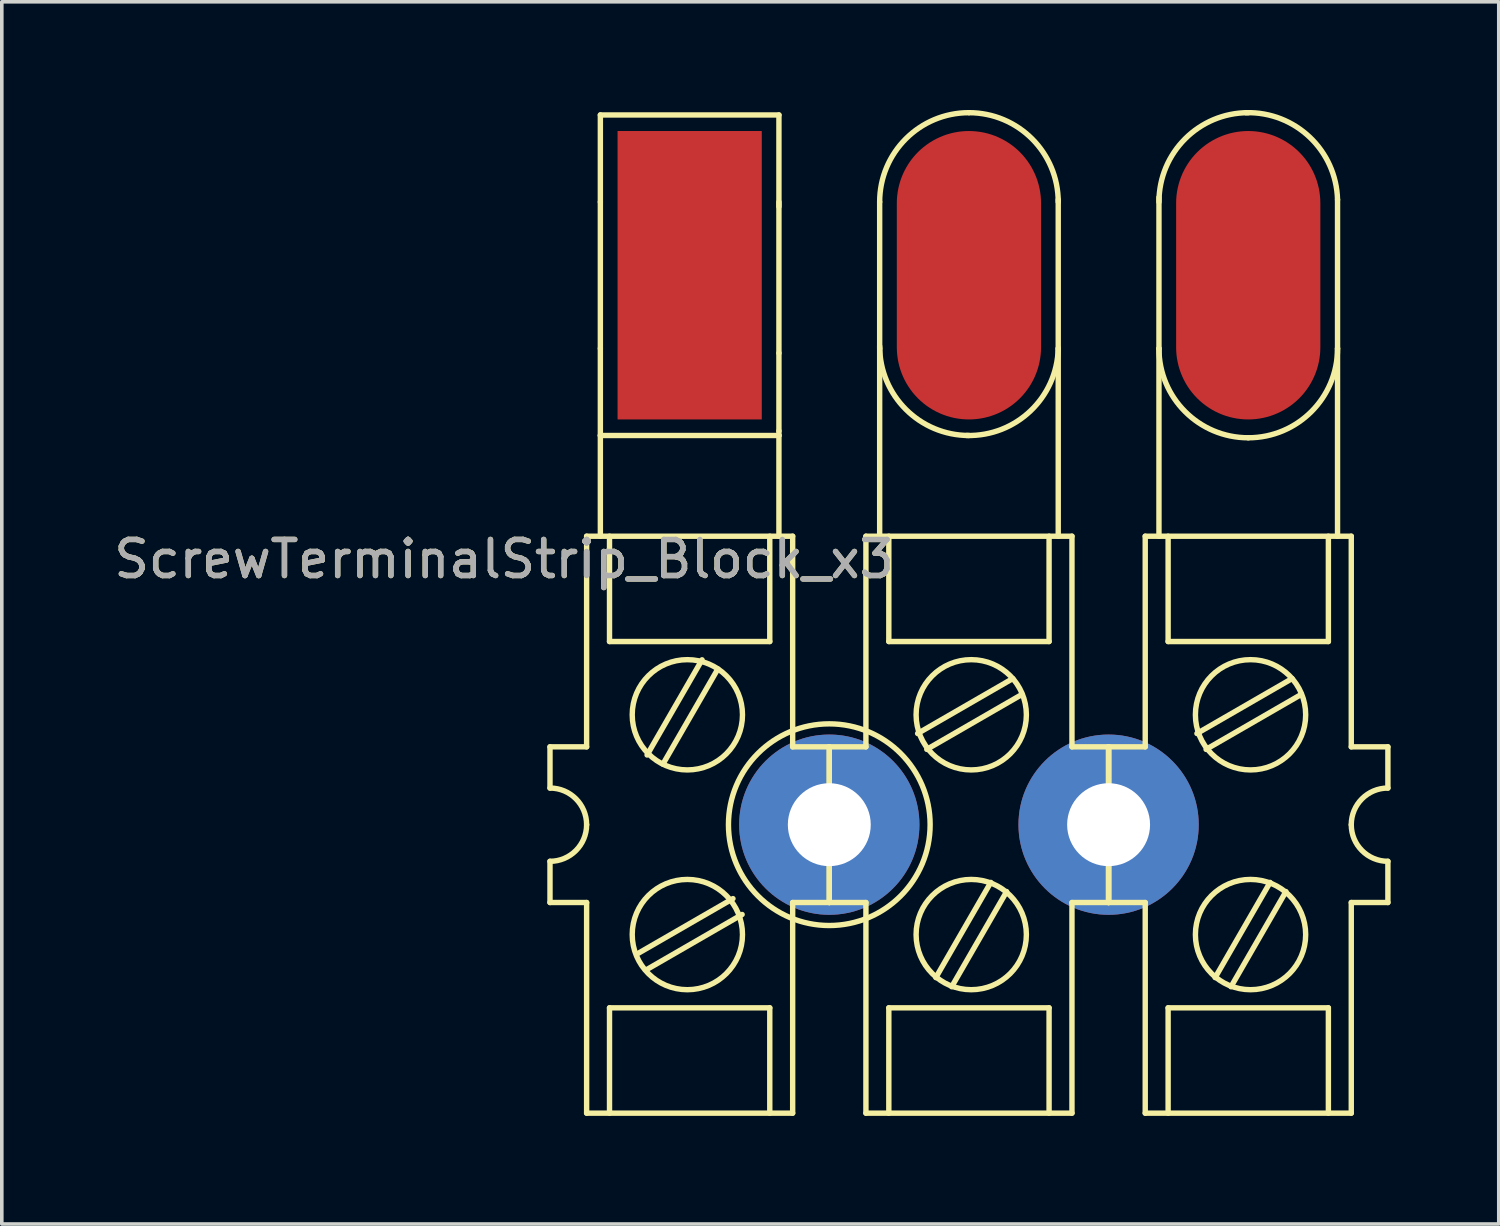
<source format=kicad_pcb>
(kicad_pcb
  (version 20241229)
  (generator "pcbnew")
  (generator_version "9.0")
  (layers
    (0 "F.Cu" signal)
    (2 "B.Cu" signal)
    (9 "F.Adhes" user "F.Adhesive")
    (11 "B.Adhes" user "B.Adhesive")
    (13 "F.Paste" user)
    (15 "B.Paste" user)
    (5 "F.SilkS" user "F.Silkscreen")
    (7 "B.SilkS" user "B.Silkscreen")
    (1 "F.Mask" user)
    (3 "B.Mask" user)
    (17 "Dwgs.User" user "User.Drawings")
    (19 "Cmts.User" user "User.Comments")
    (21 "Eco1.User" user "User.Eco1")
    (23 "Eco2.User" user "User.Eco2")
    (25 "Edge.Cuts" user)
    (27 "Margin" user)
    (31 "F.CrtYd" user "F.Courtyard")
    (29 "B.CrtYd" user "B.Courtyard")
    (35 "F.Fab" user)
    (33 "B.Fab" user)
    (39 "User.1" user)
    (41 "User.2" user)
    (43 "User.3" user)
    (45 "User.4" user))
  (footprint "ScrewTerminalStrip_Block_x3"
    (layer "F.Cu")
    (at 19.952 19.824)
    (property "Reference" "ScrewTerminalStrip_Block_x3" (at -9.017 -7.366 180) (layer "F.SilkS") (effects (font (size 1 1) (thickness 0.15))))
    (attr through_hole)
    (fp_line (start -7.747 -2.159) (end -7.747 -1.016) (stroke (width 0.15) (type solid)) (layer "F.SilkS"))
    (fp_line (start -7.747 1.016) (end -7.747 2.159) (stroke (width 0.15) (type solid)) (layer "F.SilkS"))
    (fp_line (start -6.731 -8.001) (end -1.016 -8.001) (stroke (width 0.15) (type solid)) (layer "F.SilkS"))
    (fp_line (start -6.731 -2.159) (end -7.747 -2.159) (stroke (width 0.15) (type solid)) (layer "F.SilkS"))
    (fp_line (start -6.731 -2.159) (end -6.731 -8.001) (stroke (width 0.15) (type solid)) (layer "F.SilkS"))
    (fp_line (start -6.731 2.159) (end -7.747 2.159) (stroke (width 0.15) (type solid)) (layer "F.SilkS"))
    (fp_line (start -6.731 2.159) (end -6.731 8.001) (stroke (width 0.15) (type solid)) (layer "F.SilkS"))
    (fp_line (start -6.731 8.001) (end -1.016 8.001) (stroke (width 0.15) (type solid)) (layer "F.SilkS"))
    (fp_line (start -6.35 -19.685) (end -6.35 -17.272) (stroke (width 0.15) (type solid)) (layer "F.SilkS"))
    (fp_line (start -6.35 -17.272) (end -6.35 -13.208) (stroke (width 0.15) (type solid)) (layer "F.SilkS"))
    (fp_line (start -6.35 -10.795) (end -6.35 -13.208) (stroke (width 0.15) (type solid)) (layer "F.SilkS"))
    (fp_line (start -6.35 -10.795) (end -6.35 -8.001) (stroke (width 0.15) (type solid)) (layer "F.SilkS"))
    (fp_line (start -6.096 -8.001) (end -6.096 -5.08) (stroke (width 0.15) (type solid)) (layer "F.SilkS"))
    (fp_line (start -6.096 -5.08) (end -1.651 -5.08) (stroke (width 0.15) (type solid)) (layer "F.SilkS"))
    (fp_line (start -6.096 5.08) (end -6.096 8.001) (stroke (width 0.15) (type solid)) (layer "F.SilkS"))
    (fp_line (start -5.312 3.575) (end -2.672 2.051) (stroke (width 0.15) (type solid)) (layer "F.SilkS"))
    (fp_line (start -5.058 4.015) (end -2.418 2.491) (stroke (width 0.15) (type solid)) (layer "F.SilkS"))
    (fp_line (start -5.054 -1.933) (end -3.53 -4.573) (stroke (width 0.15) (type solid)) (layer "F.SilkS"))
    (fp_line (start -4.615 -1.679) (end -3.091 -4.319) (stroke (width 0.15) (type solid)) (layer "F.SilkS"))
    (fp_line (start -1.651 -5.08) (end -1.651 -8.001) (stroke (width 0.15) (type solid)) (layer "F.SilkS"))
    (fp_line (start -1.651 5.08) (end -6.096 5.08) (stroke (width 0.15) (type solid)) (layer "F.SilkS"))
    (fp_line (start -1.651 8.001) (end -1.651 5.08) (stroke (width 0.15) (type solid)) (layer "F.SilkS"))
    (fp_line (start -1.397 -19.685) (end -6.35 -19.685) (stroke (width 0.15) (type solid)) (layer "F.SilkS"))
    (fp_line (start -1.397 -17.272) (end -1.397 -13.081) (stroke (width 0.15) (type solid)) (layer "F.SilkS"))
    (fp_line (start -1.397 -17.145) (end -1.397 -19.685) (stroke (width 0.15) (type solid)) (layer "F.SilkS"))
    (fp_line (start -1.397 -13.081) (end -1.397 -10.922) (stroke (width 0.15) (type solid)) (layer "F.SilkS"))
    (fp_line (start -1.397 -10.922) (end -1.397 -10.795) (stroke (width 0.15) (type solid)) (layer "F.SilkS"))
    (fp_line (start -1.397 -10.795) (end -6.35 -10.795) (stroke (width 0.15) (type solid)) (layer "F.SilkS"))
    (fp_line (start -1.397 -10.795) (end -1.397 -8.001) (stroke (width 0.15) (type solid)) (layer "F.SilkS"))
    (fp_line (start -1.016 -2.159) (end -1.016 -8.001) (stroke (width 0.15) (type solid)) (layer "F.SilkS"))
    (fp_line (start -1.016 -2.159) (end 0 -2.159) (stroke (width 0.15) (type solid)) (layer "F.SilkS"))
    (fp_line (start -1.016 2.159) (end 0 2.159) (stroke (width 0.15) (type solid)) (layer "F.SilkS"))
    (fp_line (start -1.016 8.001) (end -1.016 2.159) (stroke (width 0.15) (type solid)) (layer "F.SilkS"))
    (fp_line (start 0 -2.159) (end 0 -1.016) (stroke (width 0.15) (type solid)) (layer "F.SilkS"))
    (fp_line (start 0 -2.159) (end 0 -1.016) (stroke (width 0.15) (type solid)) (layer "F.SilkS"))
    (fp_line (start 0 1.016) (end 0 2.159) (stroke (width 0.15) (type solid)) (layer "F.SilkS"))
    (fp_line (start 0 1.016) (end 0 2.159) (stroke (width 0.15) (type solid)) (layer "F.SilkS"))
    (fp_line (start 1.016 -8.001) (end 6.731 -8.001) (stroke (width 0.15) (type solid)) (layer "F.SilkS"))
    (fp_line (start 1.016 -2.159) (end 0 -2.159) (stroke (width 0.15) (type solid)) (layer "F.SilkS"))
    (fp_line (start 1.016 -2.159) (end 1.016 -8.001) (stroke (width 0.15) (type solid)) (layer "F.SilkS"))
    (fp_line (start 1.016 2.159) (end 0 2.159) (stroke (width 0.15) (type solid)) (layer "F.SilkS"))
    (fp_line (start 1.016 2.159) (end 1.016 8.001) (stroke (width 0.15) (type solid)) (layer "F.SilkS"))
    (fp_line (start 1.016 8.001) (end 6.731 8.001) (stroke (width 0.15) (type solid)) (layer "F.SilkS"))
    (fp_line (start 1.397 -17.272) (end 1.397 -13.208) (stroke (width 0.15) (type solid)) (layer "F.SilkS"))
    (fp_line (start 1.397 -13.208) (end 1.397 -8.001) (stroke (width 0.15) (type solid)) (layer "F.SilkS"))
    (fp_line (start 1.651 -8.001) (end 1.651 -5.08) (stroke (width 0.15) (type solid)) (layer "F.SilkS"))
    (fp_line (start 1.651 -5.08) (end 6.096 -5.08) (stroke (width 0.15) (type solid)) (layer "F.SilkS"))
    (fp_line (start 1.651 5.08) (end 1.651 8.001) (stroke (width 0.15) (type solid)) (layer "F.SilkS"))
    (fp_line (start 2.45 -2.529) (end 5.09 -4.053) (stroke (width 0.15) (type solid)) (layer "F.SilkS"))
    (fp_line (start 2.704 -2.089) (end 5.344 -3.613) (stroke (width 0.15) (type solid)) (layer "F.SilkS"))
    (fp_line (start 2.955 4.241) (end 4.479 1.601) (stroke (width 0.15) (type solid)) (layer "F.SilkS"))
    (fp_line (start 3.395 4.495) (end 4.919 1.855) (stroke (width 0.15) (type solid)) (layer "F.SilkS"))
    (fp_line (start 6.096 -5.08) (end 6.096 -8.001) (stroke (width 0.15) (type solid)) (layer "F.SilkS"))
    (fp_line (start 6.096 5.08) (end 1.651 5.08) (stroke (width 0.15) (type solid)) (layer "F.SilkS"))
    (fp_line (start 6.096 8.001) (end 6.096 5.08) (stroke (width 0.15) (type solid)) (layer "F.SilkS"))
    (fp_line (start 6.35 -17.335) (end 6.35 -13.208) (stroke (width 0.15) (type solid)) (layer "F.SilkS"))
    (fp_line (start 6.35 -13.208) (end 6.35 -8.001) (stroke (width 0.15) (type solid)) (layer "F.SilkS"))
    (fp_line (start 6.731 -2.159) (end 6.731 -8.001) (stroke (width 0.15) (type solid)) (layer "F.SilkS"))
    (fp_line (start 6.731 -2.159) (end 7.747 -2.159) (stroke (width 0.15) (type solid)) (layer "F.SilkS"))
    (fp_line (start 6.731 2.159) (end 7.747 2.159) (stroke (width 0.15) (type solid)) (layer "F.SilkS"))
    (fp_line (start 6.731 8.001) (end 6.731 2.159) (stroke (width 0.15) (type solid)) (layer "F.SilkS"))
    (fp_line (start 7.747 -2.159) (end 7.747 -1.016) (stroke (width 0.15) (type solid)) (layer "F.SilkS"))
    (fp_line (start 7.747 -2.159) (end 7.747 -1.016) (stroke (width 0.15) (type solid)) (layer "F.SilkS"))
    (fp_line (start 7.747 -2.159) (end 7.747 -1.016) (stroke (width 0.15) (type solid)) (layer "F.SilkS"))
    (fp_line (start 7.747 1.016) (end 7.747 2.159) (stroke (width 0.15) (type solid)) (layer "F.SilkS"))
    (fp_line (start 7.747 1.016) (end 7.747 2.159) (stroke (width 0.15) (type solid)) (layer "F.SilkS"))
    (fp_line (start 7.747 1.016) (end 7.747 2.159) (stroke (width 0.15) (type solid)) (layer "F.SilkS"))
    (fp_line (start 8.763 -8.001) (end 14.478 -8.001) (stroke (width 0.15) (type solid)) (layer "F.SilkS"))
    (fp_line (start 8.763 -2.159) (end 7.747 -2.159) (stroke (width 0.15) (type solid)) (layer "F.SilkS"))
    (fp_line (start 8.763 -2.159) (end 8.763 -8.001) (stroke (width 0.15) (type solid)) (layer "F.SilkS"))
    (fp_line (start 8.763 2.159) (end 7.747 2.159) (stroke (width 0.15) (type solid)) (layer "F.SilkS"))
    (fp_line (start 8.763 2.159) (end 8.763 8.001) (stroke (width 0.15) (type solid)) (layer "F.SilkS"))
    (fp_line (start 8.763 8.001) (end 14.478 8.001) (stroke (width 0.15) (type solid)) (layer "F.SilkS"))
    (fp_line (start 9.144 -17.399) (end 9.144 -13.208) (stroke (width 0.15) (type solid)) (layer "F.SilkS"))
    (fp_line (start 9.144 -13.208) (end 9.144 -8.001) (stroke (width 0.15) (type solid)) (layer "F.SilkS"))
    (fp_line (start 9.398 -8.001) (end 9.398 -5.08) (stroke (width 0.15) (type solid)) (layer "F.SilkS"))
    (fp_line (start 9.398 -5.08) (end 13.843 -5.08) (stroke (width 0.15) (type solid)) (layer "F.SilkS"))
    (fp_line (start 9.398 5.08) (end 9.398 8.001) (stroke (width 0.15) (type solid)) (layer "F.SilkS"))
    (fp_line (start 10.197 -2.529) (end 12.837 -4.053) (stroke (width 0.15) (type solid)) (layer "F.SilkS"))
    (fp_line (start 10.451 -2.089) (end 13.091 -3.613) (stroke (width 0.15) (type solid)) (layer "F.SilkS"))
    (fp_line (start 10.702 4.241) (end 12.226 1.601) (stroke (width 0.15) (type solid)) (layer "F.SilkS"))
    (fp_line (start 11.142 4.495) (end 12.666 1.855) (stroke (width 0.15) (type solid)) (layer "F.SilkS"))
    (fp_line (start 13.843 -5.08) (end 13.843 -8.001) (stroke (width 0.15) (type solid)) (layer "F.SilkS"))
    (fp_line (start 13.843 5.08) (end 9.398 5.08) (stroke (width 0.15) (type solid)) (layer "F.SilkS"))
    (fp_line (start 13.843 8.001) (end 13.843 5.08) (stroke (width 0.15) (type solid)) (layer "F.SilkS"))
    (fp_line (start 14.097 -13.208) (end 14.097 -17.335) (stroke (width 0.15) (type solid)) (layer "F.SilkS"))
    (fp_line (start 14.097 -13.208) (end 14.097 -8.001) (stroke (width 0.15) (type solid)) (layer "F.SilkS"))
    (fp_line (start 14.478 -2.159) (end 14.478 -8.001) (stroke (width 0.15) (type solid)) (layer "F.SilkS"))
    (fp_line (start 14.478 -2.159) (end 15.494 -2.159) (stroke (width 0.15) (type solid)) (layer "F.SilkS"))
    (fp_line (start 14.478 2.159) (end 15.494 2.159) (stroke (width 0.15) (type solid)) (layer "F.SilkS"))
    (fp_line (start 14.478 8.001) (end 14.478 2.159) (stroke (width 0.15) (type solid)) (layer "F.SilkS"))
    (fp_line (start 15.494 -2.159) (end 15.494 -1.016) (stroke (width 0.15) (type solid)) (layer "F.SilkS"))
    (fp_line (start 15.494 1.016) (end 15.494 2.159) (stroke (width 0.15) (type solid)) (layer "F.SilkS"))
    (fp_arc (start -7.747 -1.016) (mid -7.02858 -0.71842) (end -6.731 0) (stroke (width 0.15) (type solid)) (layer "F.SilkS"))
    (fp_arc (start -6.731 0) (mid -7.02858 0.71842) (end -7.747 1.016) (stroke (width 0.15) (type solid)) (layer "F.SilkS"))
    (fp_arc (start -1.016 0) (mid -0.71842 -0.71842) (end 0 -1.016) (stroke (width 0.15) (type solid)) (layer "F.SilkS"))
    (fp_arc (start 0 -1.016) (mid 0.71842 -0.71842) (end 1.016 0) (stroke (width 0.15) (type solid)) (layer "F.SilkS"))
    (fp_arc (start 0 1.016) (mid -0.71842 0.71842) (end -1.016 0) (stroke (width 0.15) (type solid)) (layer "F.SilkS"))
    (fp_arc (start 1.016 0) (mid 0.71842 0.71842) (end 0 1.016) (stroke (width 0.15) (type solid)) (layer "F.SilkS"))
    (fp_arc (start 1.397 -17.272) (mid 2.12235 -19.02315) (end 3.8735 -19.7485) (stroke (width 0.15) (type solid)) (layer "F.SilkS"))
    (fp_arc (start 3.8735 -19.7485) (mid 5.62465 -19.02315) (end 6.35 -17.272) (stroke (width 0.15) (type solid)) (layer "F.SilkS"))
    (fp_arc (start 3.8735 -10.795) (mid 2.12235 -11.52035) (end 1.397 -13.2715) (stroke (width 0.15) (type solid)) (layer "F.SilkS"))
    (fp_arc (start 6.35 -13.208) (mid 5.579749 -11.475449) (end 3.81 -10.795) (stroke (width 0.15) (type solid)) (layer "F.SilkS"))
    (fp_arc (start 6.731 0) (mid 7.02858 -0.71842) (end 7.747 -1.016) (stroke (width 0.15) (type solid)) (layer "F.SilkS"))
    (fp_arc (start 7.747 -1.016) (mid 8.46542 -0.71842) (end 8.763 0) (stroke (width 0.15) (type solid)) (layer "F.SilkS"))
    (fp_arc (start 7.747 1.016) (mid 7.02858 0.71842) (end 6.731 0) (stroke (width 0.15) (type solid)) (layer "F.SilkS"))
    (fp_arc (start 8.763 0) (mid 8.46542 0.71842) (end 7.747 1.016) (stroke (width 0.15) (type solid)) (layer "F.SilkS"))
    (fp_arc (start 9.144 -17.272) (mid 9.86935 -19.02315) (end 11.6205 -19.7485) (stroke (width 0.15) (type solid)) (layer "F.SilkS"))
    (fp_arc (start 11.557 -19.7485) (mid 13.326749 -19.068051) (end 14.097 -17.3355) (stroke (width 0.15) (type solid)) (layer "F.SilkS"))
    (fp_arc (start 11.6205 -10.7315) (mid 9.86935 -11.45685) (end 9.144 -13.208) (stroke (width 0.15) (type solid)) (layer "F.SilkS"))
    (fp_arc (start 14.097 -13.208) (mid 13.37165 -11.45685) (end 11.6205 -10.7315) (stroke (width 0.15) (type solid)) (layer "F.SilkS"))
    (fp_arc (start 14.478 0) (mid 14.77558 -0.71842) (end 15.494 -1.016) (stroke (width 0.15) (type solid)) (layer "F.SilkS"))
    (fp_arc (start 15.494 1.016) (mid 14.77558 0.71842) (end 14.478 0) (stroke (width 0.15) (type solid)) (layer "F.SilkS"))
    (fp_circle (center -3.937 -3.048) (end -2.413 -3.175) (stroke (width 0.15) (type solid)) (fill no) (layer "F.SilkS"))
    (fp_circle (center -3.937 3.048) (end -2.413 2.921) (stroke (width 0.15) (type solid)) (fill no) (layer "F.SilkS"))
    (fp_circle (center 0 0) (end 2.794 -0.127) (stroke (width 0.15) (type solid)) (fill no) (layer "F.SilkS"))
    (fp_circle (center 3.937 -3.048) (end 5.461 -3.175) (stroke (width 0.15) (type solid)) (fill no) (layer "F.SilkS"))
    (fp_circle (center 3.937 3.048) (end 5.461 2.921) (stroke (width 0.15) (type solid)) (fill no) (layer "F.SilkS"))
    (fp_circle (center 11.684 -3.048) (end 13.208 -3.175) (stroke (width 0.15) (type solid)) (fill no) (layer "F.SilkS"))
    (fp_circle (center 11.684 3.048) (end 13.208 2.921) (stroke (width 0.15) (type solid)) (fill no) (layer "F.SilkS"))
    (fp_text user "${REFERENCE}" (at -9.017 -7.366 0) (layer "F.Fab") (effects (font (size 1 1) (thickness 0.15))))
    (pad "1" smd rect (at -3.873 -15.24) (size 4 8) (layers "F.Cu" "F.Mask" "F.Paste"))
    (pad "2" smd oval (at 3.873 -15.24) (size 4 8) (layers "F.Cu" "F.Mask" "F.Paste"))
    (pad "3" smd oval (at 11.62 -15.24) (size 4 8) (layers "F.Cu" "F.Mask" "F.Paste"))
    (pad "101" thru_hole circle (at 0 0) (size 5 5) (drill 2.3) (layers "*.Cu" "*.Mask"))
    (pad "102" thru_hole circle (at 0 0) (size 1 1) (drill 0.3) (layers "*.Cu" "*.Mask"))
    (pad "103" thru_hole circle (at 7.747 0) (size 5 5) (drill 2.3) (layers "*.Cu" "*.Mask"))
    (pad "104" thru_hole circle (at 7.747 0) (size 1 1) (drill 0.3) (layers "*.Cu" "*.Mask")))
  (gr_rect
    (start -3 -3)
    (end 38.521 30.9)
    (stroke (width 0.1) (type default))
    (fill no)
    (layer "Edge.Cuts")))
</source>
